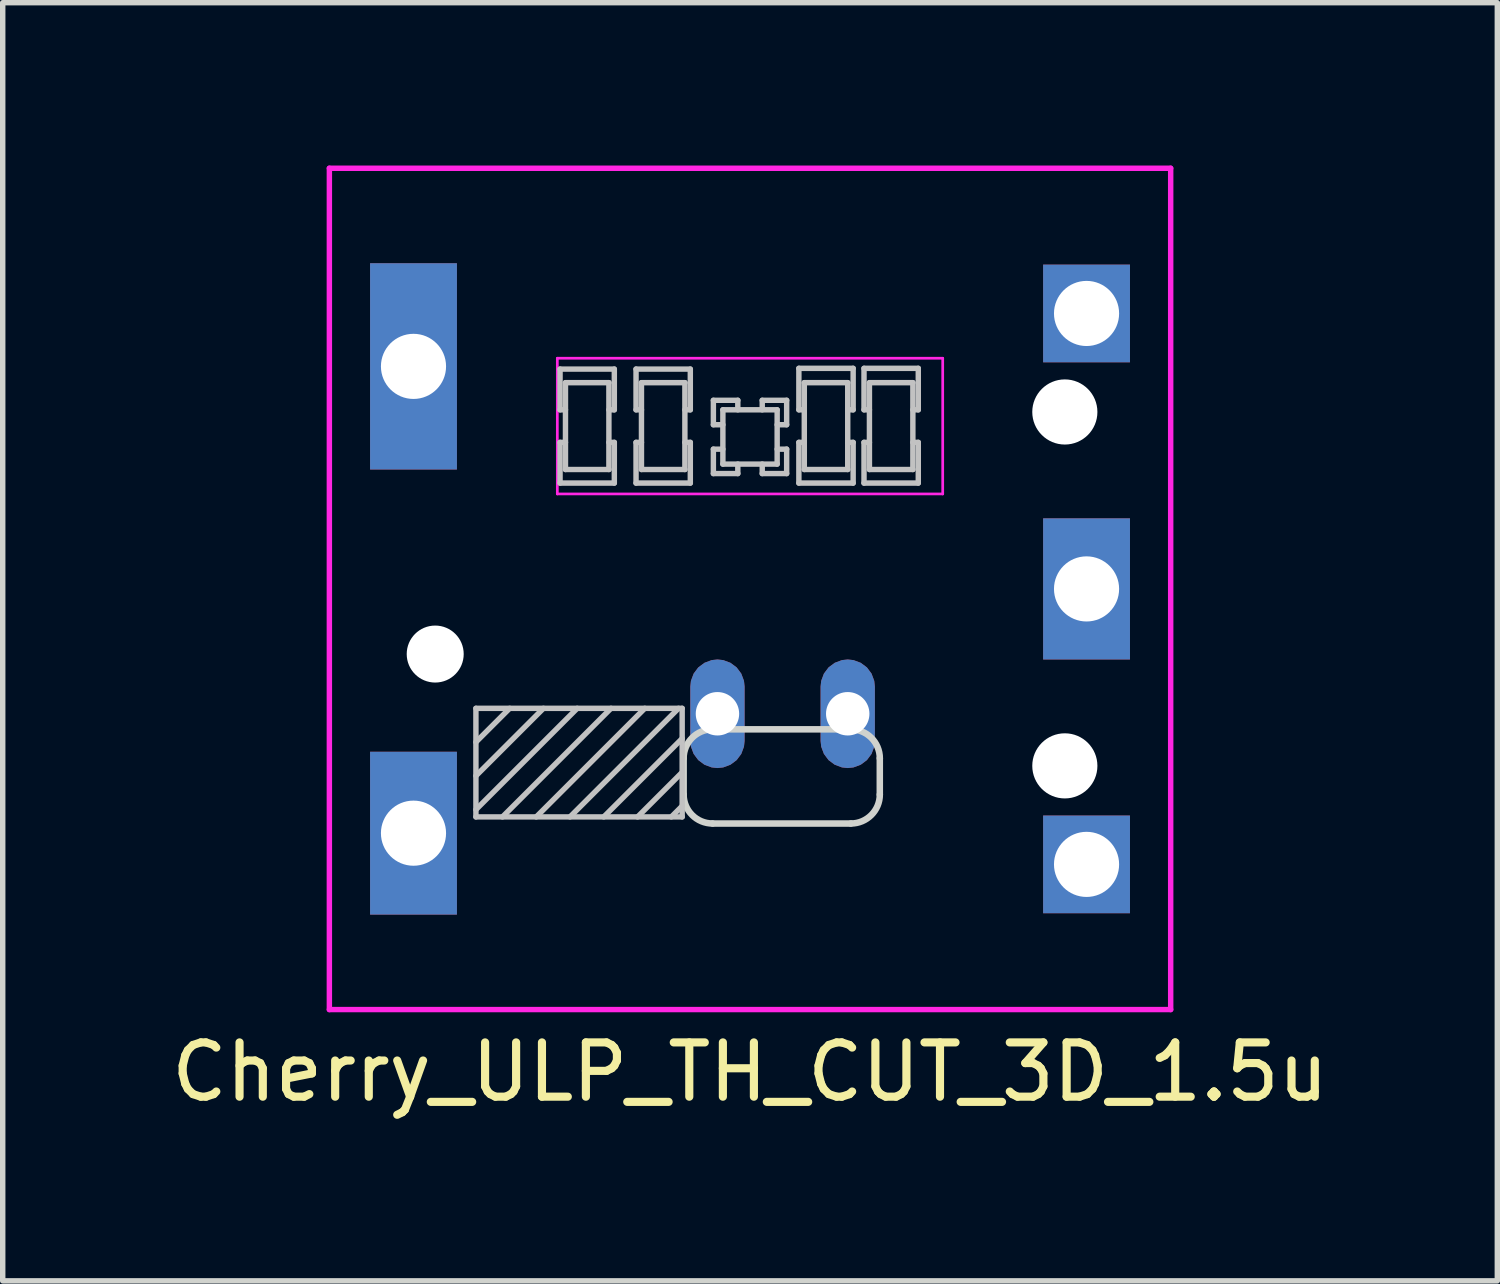
<source format=kicad_pcb>
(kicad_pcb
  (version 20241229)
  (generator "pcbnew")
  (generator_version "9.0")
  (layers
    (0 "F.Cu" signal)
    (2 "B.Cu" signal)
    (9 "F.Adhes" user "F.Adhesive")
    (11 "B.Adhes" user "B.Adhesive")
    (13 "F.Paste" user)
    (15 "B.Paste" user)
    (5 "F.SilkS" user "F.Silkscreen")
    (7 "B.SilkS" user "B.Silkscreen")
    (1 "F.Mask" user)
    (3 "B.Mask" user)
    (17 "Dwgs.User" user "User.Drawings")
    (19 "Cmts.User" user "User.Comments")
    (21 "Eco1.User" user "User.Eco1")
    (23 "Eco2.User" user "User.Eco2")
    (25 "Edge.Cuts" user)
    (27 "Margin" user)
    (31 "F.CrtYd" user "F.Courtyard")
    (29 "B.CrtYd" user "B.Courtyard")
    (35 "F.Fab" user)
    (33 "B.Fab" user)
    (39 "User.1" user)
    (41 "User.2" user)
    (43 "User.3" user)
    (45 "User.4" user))
  (footprint "Cherry_ULP_TH_CUT_3D_1.5u"
    (layer "F.Cu")
    (at 10.768 7.8)
    (property "Reference" "Cherry_ULP_TH_CUT_3D_1.5u" (at 0.000004 8.9 180) (layer "F.SilkS") (effects (font (size 1 1) (thickness 0.15))))
    (attr through_hole)
    (fp_line (start -5.05 4.066) (end -3.184 2.2) (stroke (width 0.1) (type solid)) (layer "Dwgs.User"))
    (fp_line (start -5.05 3.444) (end -3.806 2.2) (stroke (width 0.1) (type solid)) (layer "Dwgs.User"))
    (fp_line (start -5.05 4.2) (end -5.05 2.2) (stroke (width 0.1) (type solid)) (layer "Dwgs.User"))
    (fp_line (start -5.05 2.822) (end -4.428 2.2) (stroke (width 0.1) (type solid)) (layer "Dwgs.User"))
    (fp_line (start -5.05 2.2) (end -1.25 2.2) (stroke (width 0.1) (type solid)) (layer "Dwgs.User"))
    (fp_line (start -4.561 4.2) (end -2.561 2.2) (stroke (width 0.1) (type solid)) (layer "Dwgs.User"))
    (fp_line (start -3.939 4.2) (end -1.939 2.2) (stroke (width 0.1) (type solid)) (layer "Dwgs.User"))
    (fp_line (start -3.5 -3.3) (end -3.4 -3.3) (stroke (width 0.1) (type solid)) (layer "Dwgs.User"))
    (fp_line (start -3.5 -1.95) (end -2.5 -1.95) (stroke (width 0.1) (type solid)) (layer "Dwgs.User"))
    (fp_line (start -3.5 -4.05) (end -3.5 -3.3) (stroke (width 0.1) (type solid)) (layer "Dwgs.User"))
    (fp_line (start -3.5 -2.7) (end -3.5 -1.95) (stroke (width 0.1) (type solid)) (layer "Dwgs.User"))
    (fp_line (start -3.4 -2.7) (end -3.5 -2.7) (stroke (width 0.1) (type solid)) (layer "Dwgs.User"))
    (fp_line (start -3.4 -2.2) (end -2.6 -2.2) (stroke (width 0.1) (type solid)) (layer "Dwgs.User"))
    (fp_line (start -3.4 -3.8) (end -3.4 -2.2) (stroke (width 0.1) (type solid)) (layer "Dwgs.User"))
    (fp_line (start -3.317 4.2) (end -1.317 2.2) (stroke (width 0.1) (type solid)) (layer "Dwgs.User"))
    (fp_line (start -2.695 4.2) (end -1.25 2.756) (stroke (width 0.1) (type solid)) (layer "Dwgs.User"))
    (fp_line (start -2.6 -3.3) (end -2.5 -3.3) (stroke (width 0.1) (type solid)) (layer "Dwgs.User"))
    (fp_line (start -2.6 -2.2) (end -2.6 -3.8) (stroke (width 0.1) (type solid)) (layer "Dwgs.User"))
    (fp_line (start -2.6 -3.8) (end -3.4 -3.8) (stroke (width 0.1) (type solid)) (layer "Dwgs.User"))
    (fp_line (start -2.5 -2.7) (end -2.6 -2.7) (stroke (width 0.1) (type solid)) (layer "Dwgs.User"))
    (fp_line (start -2.5 -1.95) (end -2.5 -2.7) (stroke (width 0.1) (type solid)) (layer "Dwgs.User"))
    (fp_line (start -2.5 -4.05) (end -3.5 -4.05) (stroke (width 0.1) (type solid)) (layer "Dwgs.User"))
    (fp_line (start -2.5 -3.3) (end -2.5 -4.05) (stroke (width 0.1) (type solid)) (layer "Dwgs.User"))
    (fp_line (start -2.1 -2.7) (end -2.1 -1.95) (stroke (width 0.1) (type solid)) (layer "Dwgs.User"))
    (fp_line (start -2.1 -4.05) (end -2.1 -3.3) (stroke (width 0.1) (type solid)) (layer "Dwgs.User"))
    (fp_line (start -2.1 -3.3) (end -2 -3.3) (stroke (width 0.1) (type solid)) (layer "Dwgs.User"))
    (fp_line (start -2.1 -1.95) (end -1.1 -1.95) (stroke (width 0.1) (type solid)) (layer "Dwgs.User"))
    (fp_line (start -2.072 4.2) (end -1.25 3.378) (stroke (width 0.1) (type solid)) (layer "Dwgs.User"))
    (fp_line (start -2 -2.2) (end -1.2 -2.2) (stroke (width 0.1) (type solid)) (layer "Dwgs.User"))
    (fp_line (start -2 -3.8) (end -2 -2.2) (stroke (width 0.1) (type solid)) (layer "Dwgs.User"))
    (fp_line (start -2 -2.7) (end -2.1 -2.7) (stroke (width 0.1) (type solid)) (layer "Dwgs.User"))
    (fp_line (start -1.45 4.2) (end -1.25 4) (stroke (width 0.1) (type solid)) (layer "Dwgs.User"))
    (fp_line (start -1.25 2.2) (end -1.25 4.2) (stroke (width 0.1) (type solid)) (layer "Dwgs.User"))
    (fp_line (start -1.25 4.2) (end -5.05 4.2) (stroke (width 0.1) (type solid)) (layer "Dwgs.User"))
    (fp_line (start -1.2 -2.2) (end -1.2 -3.8) (stroke (width 0.1) (type solid)) (layer "Dwgs.User"))
    (fp_line (start -1.2 -3.8) (end -2 -3.8) (stroke (width 0.1) (type solid)) (layer "Dwgs.User"))
    (fp_line (start -1.2 -3.3) (end -1.1 -3.3) (stroke (width 0.1) (type solid)) (layer "Dwgs.User"))
    (fp_line (start -1.1 -3.3) (end -1.1 -4.05) (stroke (width 0.1) (type solid)) (layer "Dwgs.User"))
    (fp_line (start -1.1 -2.7) (end -1.2 -2.7) (stroke (width 0.1) (type solid)) (layer "Dwgs.User"))
    (fp_line (start -1.1 -4.05) (end -2.1 -4.05) (stroke (width 0.1) (type solid)) (layer "Dwgs.User"))
    (fp_line (start -1.1 -1.95) (end -1.1 -2.7) (stroke (width 0.1) (type solid)) (layer "Dwgs.User"))
    (fp_line (start -0.675 -2.125) (end -0.225 -2.125) (stroke (width 0.1) (type solid)) (layer "Dwgs.User"))
    (fp_line (start -0.675 -3.025) (end -0.5 -3.025) (stroke (width 0.1) (type solid)) (layer "Dwgs.User"))
    (fp_line (start -0.675 -2.575) (end -0.675 -2.125) (stroke (width 0.1) (type solid)) (layer "Dwgs.User"))
    (fp_line (start -0.675 -3.475) (end -0.675 -3.025) (stroke (width 0.1) (type solid)) (layer "Dwgs.User"))
    (fp_line (start -0.5 -3.3) (end -0.5 -2.3) (stroke (width 0.1) (type solid)) (layer "Dwgs.User"))
    (fp_line (start -0.5 -2.575) (end -0.675 -2.575) (stroke (width 0.1) (type solid)) (layer "Dwgs.User"))
    (fp_line (start -0.5 -2.3) (end 0.5 -2.3) (stroke (width 0.1) (type solid)) (layer "Dwgs.User"))
    (fp_line (start -0.225 -3.475) (end -0.675 -3.475) (stroke (width 0.1) (type solid)) (layer "Dwgs.User"))
    (fp_line (start -0.225 -2.125) (end -0.225 -2.3) (stroke (width 0.1) (type solid)) (layer "Dwgs.User"))
    (fp_line (start -0.225 -3.3) (end -0.225 -3.475) (stroke (width 0.1) (type solid)) (layer "Dwgs.User"))
    (fp_line (start 0.225 -3.475) (end 0.225 -3.3) (stroke (width 0.1) (type solid)) (layer "Dwgs.User"))
    (fp_line (start 0.225 -2.125) (end 0.675 -2.125) (stroke (width 0.1) (type solid)) (layer "Dwgs.User"))
    (fp_line (start 0.225 -2.3) (end 0.225 -2.125) (stroke (width 0.1) (type solid)) (layer "Dwgs.User"))
    (fp_line (start 0.5 -3.3) (end -0.5 -3.3) (stroke (width 0.1) (type solid)) (layer "Dwgs.User"))
    (fp_line (start 0.5 -3.025) (end 0.675 -3.025) (stroke (width 0.1) (type solid)) (layer "Dwgs.User"))
    (fp_line (start 0.5 -2.3) (end 0.5 -3.3) (stroke (width 0.1) (type solid)) (layer "Dwgs.User"))
    (fp_line (start 0.675 -3.475) (end 0.225 -3.475) (stroke (width 0.1) (type solid)) (layer "Dwgs.User"))
    (fp_line (start 0.675 -2.575) (end 0.5 -2.575) (stroke (width 0.1) (type solid)) (layer "Dwgs.User"))
    (fp_line (start 0.675 -3.025) (end 0.675 -3.475) (stroke (width 0.1) (type solid)) (layer "Dwgs.User"))
    (fp_line (start 0.675 -2.125) (end 0.675 -2.575) (stroke (width 0.1) (type solid)) (layer "Dwgs.User"))
    (fp_line (start 0.9 -4.064) (end 0.9 -3.3) (stroke (width 0.1) (type solid)) (layer "Dwgs.User"))
    (fp_line (start 0.9 -2.7) (end 0.9 -1.95) (stroke (width 0.1) (type solid)) (layer "Dwgs.User"))
    (fp_line (start 0.9 -3.3) (end 1 -3.3) (stroke (width 0.1) (type solid)) (layer "Dwgs.User"))
    (fp_line (start 0.9 -1.95) (end 1.9 -1.95) (stroke (width 0.1) (type solid)) (layer "Dwgs.User"))
    (fp_line (start 1 -2.2) (end 1.8 -2.2) (stroke (width 0.1) (type solid)) (layer "Dwgs.User"))
    (fp_line (start 1 -2.7) (end 0.9 -2.7) (stroke (width 0.1) (type solid)) (layer "Dwgs.User"))
    (fp_line (start 1 -3.8) (end 1 -2.2) (stroke (width 0.1) (type solid)) (layer "Dwgs.User"))
    (fp_line (start 1.8 -3.8) (end 1 -3.8) (stroke (width 0.1) (type solid)) (layer "Dwgs.User"))
    (fp_line (start 1.8 -3.3) (end 1.9 -3.3) (stroke (width 0.1) (type solid)) (layer "Dwgs.User"))
    (fp_line (start 1.8 -2.2) (end 1.8 -3.8) (stroke (width 0.1) (type solid)) (layer "Dwgs.User"))
    (fp_line (start 1.9 -2.7) (end 1.8 -2.7) (stroke (width 0.1) (type solid)) (layer "Dwgs.User"))
    (fp_line (start 1.9 -1.95) (end 1.9 -2.7) (stroke (width 0.1) (type solid)) (layer "Dwgs.User"))
    (fp_line (start 1.9 -4.064) (end 0.9 -4.064) (stroke (width 0.1) (type solid)) (layer "Dwgs.User"))
    (fp_line (start 1.9 -3.3) (end 1.9 -4.064) (stroke (width 0.1) (type solid)) (layer "Dwgs.User"))
    (fp_line (start 2.1 -4.064) (end 2.1 -3.3) (stroke (width 0.1) (type solid)) (layer "Dwgs.User"))
    (fp_line (start 2.1 -3.3) (end 2.2 -3.3) (stroke (width 0.1) (type solid)) (layer "Dwgs.User"))
    (fp_line (start 2.1 -2.7) (end 2.1 -1.95) (stroke (width 0.1) (type solid)) (layer "Dwgs.User"))
    (fp_line (start 2.1 -1.95) (end 3.1 -1.95) (stroke (width 0.1) (type solid)) (layer "Dwgs.User"))
    (fp_line (start 2.2 -3.8) (end 2.2 -2.2) (stroke (width 0.1) (type solid)) (layer "Dwgs.User"))
    (fp_line (start 2.2 -2.7) (end 2.1 -2.7) (stroke (width 0.1) (type solid)) (layer "Dwgs.User"))
    (fp_line (start 2.2 -2.2) (end 3 -2.2) (stroke (width 0.1) (type solid)) (layer "Dwgs.User"))
    (fp_line (start 3 -3.3) (end 3.1 -3.3) (stroke (width 0.1) (type solid)) (layer "Dwgs.User"))
    (fp_line (start 3 -3.8) (end 2.2 -3.8) (stroke (width 0.1) (type solid)) (layer "Dwgs.User"))
    (fp_line (start 3 -2.2) (end 3 -3.8) (stroke (width 0.1) (type solid)) (layer "Dwgs.User"))
    (fp_line (start 3.1 -4.064) (end 2.1 -4.064) (stroke (width 0.1) (type solid)) (layer "Dwgs.User"))
    (fp_line (start 3.1 -3.3) (end 3.1 -4.064) (stroke (width 0.1) (type solid)) (layer "Dwgs.User"))
    (fp_line (start 3.1 -2.7) (end 3 -2.7) (stroke (width 0.1) (type solid)) (layer "Dwgs.User"))
    (fp_line (start 3.1 -1.95) (end 3.1 -2.7) (stroke (width 0.1) (type solid)) (layer "Dwgs.User"))
    (fp_line (start -1.223 3.788) (end -1.223 3.12) (stroke (width 0.12) (type default)) (layer "Edge.Cuts"))
    (fp_line (start -0.69 2.587) (end 1.858 2.587) (stroke (width 0.12) (type default)) (layer "Edge.Cuts"))
    (fp_line (start 1.858 4.322) (end -0.69 4.322) (stroke (width 0.12) (type default)) (layer "Edge.Cuts"))
    (fp_line (start 2.391 3.12) (end 2.391 3.788) (stroke (width 0.12) (type default)) (layer "Edge.Cuts"))
    (fp_arc (start -1.223027 3.12037) (mid -1.066797 2.7432) (end -0.689627 2.58697) (stroke (width 0.12) (type default)) (layer "Edge.Cuts"))
    (fp_arc (start -0.68963 4.32183) (mid -1.066802 4.165601) (end -1.22303 3.788429) (stroke (width 0.12) (type default)) (layer "Edge.Cuts"))
    (fp_arc (start 1.858028 2.586972) (mid 2.235198 2.743199) (end 2.39143 3.120368) (stroke (width 0.12) (type default)) (layer "Edge.Cuts"))
    (fp_arc (start 2.391427 3.788431) (mid 2.2352 4.165602) (end 1.858027 4.321827) (stroke (width 0.12) (type default)) (layer "Edge.Cuts"))
    (fp_line (start -7.75 7.75) (end 7.75 7.75) (stroke (width 0.1) (type solid)) (layer "F.CrtYd"))
    (fp_line (start -7.75 -7.75) (end -7.75 7.75) (stroke (width 0.1) (type solid)) (layer "F.CrtYd"))
    (fp_line (start -3.55 -4.25) (end -3.55 -1.75) (stroke (width 0.05) (type solid)) (layer "F.CrtYd"))
    (fp_line (start -3.55 -1.75) (end 3.55 -1.75) (stroke (width 0.05) (type solid)) (layer "F.CrtYd"))
    (fp_line (start 3.55 -1.75) (end 3.55 -4.25) (stroke (width 0.05) (type solid)) (layer "F.CrtYd"))
    (fp_line (start 3.55 -4.25) (end -3.55 -4.25) (stroke (width 0.05) (type solid)) (layer "F.CrtYd"))
    (fp_line (start 7.75 7.75) (end 7.75 -7.75) (stroke (width 0.1) (type solid)) (layer "F.CrtYd"))
    (fp_line (start 7.75 -7.75) (end -7.75 -7.75) (stroke (width 0.1) (type solid)) (layer "F.CrtYd"))
    (pad "" np_thru_hole circle (at -5.8 1.2) (size 1.05 1.05) (drill 1.05) (layers "*.Cu" "*.Mask"))
    (pad "" np_thru_hole circle (at 5.8 3.26) (size 1.2 1.2) (drill 1.2) (layers "*.Cu" "*.Mask"))
    (pad "" np_thru_hole circle (at 5.8 -3.26) (size 1.2 1.2) (drill 1.2) (layers "*.Cu" "*.Mask"))
    (pad "1" thru_hole roundrect (at -0.6 2.3) (size 1 2) (drill 0.8) (layers "*.Cu" "*.Mask") (roundrect_rratio 0.5))
    (pad "2" thru_hole roundrect (at 1.8 2.3) (size 1 2) (drill 0.8) (layers "*.Cu" "*.Mask") (roundrect_rratio 0.5))
    (pad "3" thru_hole rect (at -6.2 -4.1) (size 1.6 3.8) (drill 1.2) (layers "*.Cu" "*.Mask"))
    (pad "3" thru_hole rect (at -6.2 4.5) (size 1.6 3) (drill 1.2) (layers "*.Cu" "*.Mask"))
    (pad "3" thru_hole rect (at 6.2 -5.075) (size 1.6 1.8) (drill 1.2) (layers "*.Cu" "*.Mask"))
    (pad "3" thru_hole rect (at 6.2 -0.000001) (size 1.6 2.6) (drill 1.2) (layers "*.Cu" "*.Mask"))
    (pad "3" thru_hole rect (at 6.2 5.075) (size 1.6 1.8) (drill 1.2) (layers "*.Cu" "*.Mask")))
  (gr_rect
    (start -3 -3)
    (end 24.536 20.548)
    (stroke (width 0.1) (type default))
    (fill no)
    (layer "Edge.Cuts")))
</source>
